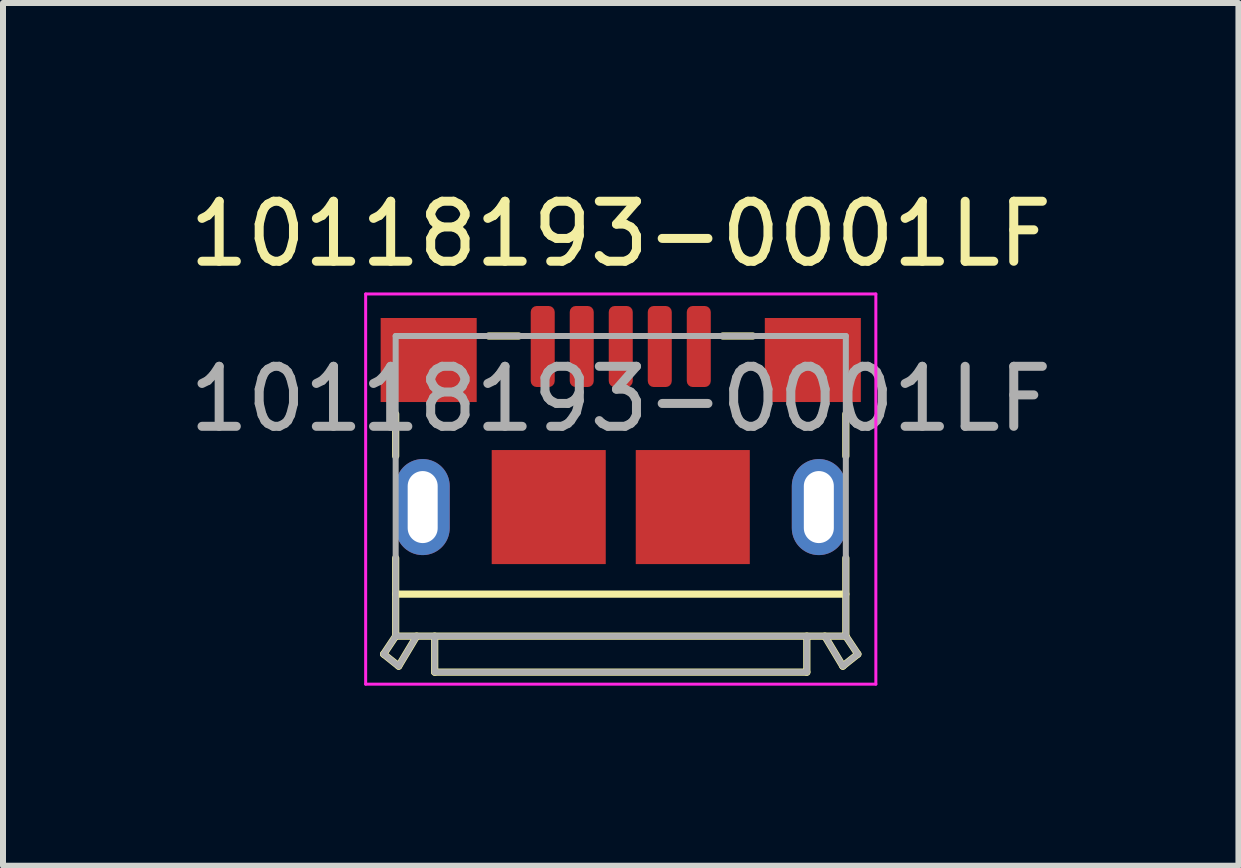
<source format=kicad_pcb>
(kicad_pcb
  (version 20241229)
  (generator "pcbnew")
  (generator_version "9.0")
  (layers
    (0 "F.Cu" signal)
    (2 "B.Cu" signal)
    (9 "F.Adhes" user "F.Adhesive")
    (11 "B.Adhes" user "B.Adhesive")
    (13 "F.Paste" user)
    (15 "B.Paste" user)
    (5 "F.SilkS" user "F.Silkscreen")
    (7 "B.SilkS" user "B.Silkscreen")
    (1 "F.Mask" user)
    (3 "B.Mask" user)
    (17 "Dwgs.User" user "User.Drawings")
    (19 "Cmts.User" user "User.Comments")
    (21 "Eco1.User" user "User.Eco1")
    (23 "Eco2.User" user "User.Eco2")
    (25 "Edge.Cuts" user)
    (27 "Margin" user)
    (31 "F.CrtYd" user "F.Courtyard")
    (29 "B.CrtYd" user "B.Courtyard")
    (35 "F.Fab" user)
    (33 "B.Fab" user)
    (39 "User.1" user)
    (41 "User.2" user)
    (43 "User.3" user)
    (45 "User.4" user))
  (footprint "10118193-0001LF"
    (layer "F.Cu")
    (at 7.292 6.848)
    (property "Reference" "10118193-0001LF" (at 0 -6 0) (unlocked yes) (layer "F.SilkS") (effects (font (size 1 1) (thickness 0.15))))
    (attr smd)
    (fp_line (start -3.95 1) (end -3.7 1.2) (stroke (width 0.12) (type solid)) (layer "F.SilkS"))
    (fp_line (start -3.75 -3) (end -3.75 -2.3) (stroke (width 0.12) (type solid)) (layer "F.SilkS"))
    (fp_line (start -3.75 -0.6) (end -3.75 0.7) (stroke (width 0.12) (type solid)) (layer "F.SilkS"))
    (fp_line (start -3.75 0) (end 3.75 0) (stroke (width 0.12) (type solid)) (layer "F.SilkS"))
    (fp_line (start -3.75 0.7) (end -3.95 1) (stroke (width 0.12) (type solid)) (layer "F.SilkS"))
    (fp_line (start -3.75 0.7) (end 3.75 0.7) (stroke (width 0.12) (type solid)) (layer "F.SilkS"))
    (fp_line (start -3.7 1.2) (end -3.4 0.7) (stroke (width 0.12) (type solid)) (layer "F.SilkS"))
    (fp_line (start -3.1 0.7) (end -3.1 1.3) (stroke (width 0.12) (type solid)) (layer "F.SilkS"))
    (fp_line (start -3.1 1.3) (end 3.1 1.3) (stroke (width 0.12) (type solid)) (layer "F.SilkS"))
    (fp_line (start -2.2 -4.3) (end -1.7 -4.3) (stroke (width 0.12) (type solid)) (layer "F.SilkS"))
    (fp_line (start 1.7 -4.3) (end 2.2 -4.3) (stroke (width 0.12) (type solid)) (layer "F.SilkS"))
    (fp_line (start 3.1 1.3) (end 3.1 0.7) (stroke (width 0.12) (type solid)) (layer "F.SilkS"))
    (fp_line (start 3.7 1.2) (end 3.4 0.7) (stroke (width 0.12) (type solid)) (layer "F.SilkS"))
    (fp_line (start 3.75 -3) (end 3.75 -2.3) (stroke (width 0.12) (type solid)) (layer "F.SilkS"))
    (fp_line (start 3.75 -0.6) (end 3.75 0.7) (stroke (width 0.12) (type solid)) (layer "F.SilkS"))
    (fp_line (start 3.75 0.7) (end 3.95 1) (stroke (width 0.12) (type solid)) (layer "F.SilkS"))
    (fp_line (start 3.95 1) (end 3.7 1.2) (stroke (width 0.12) (type solid)) (layer "F.SilkS"))
    (fp_line (start -4.25 -5) (end 4.25 -5) (stroke (width 0.05) (type solid)) (layer "F.CrtYd"))
    (fp_line (start -4.25 1.5) (end -4.25 -5) (stroke (width 0.05) (type solid)) (layer "F.CrtYd"))
    (fp_line (start 4.25 -5) (end 4.25 1.5) (stroke (width 0.05) (type solid)) (layer "F.CrtYd"))
    (fp_line (start 4.25 1.5) (end -4.25 1.5) (stroke (width 0.05) (type solid)) (layer "F.CrtYd"))
    (fp_line (start -3.95 1) (end -3.7 1.2) (stroke (width 0.1) (type solid)) (layer "F.Fab"))
    (fp_line (start -3.75 -4.3) (end 3.75 -4.3) (stroke (width 0.1) (type solid)) (layer "F.Fab"))
    (fp_line (start -3.75 0.7) (end -3.95 1) (stroke (width 0.1) (type solid)) (layer "F.Fab"))
    (fp_line (start -3.75 0.7) (end -3.75 -4.3) (stroke (width 0.1) (type solid)) (layer "F.Fab"))
    (fp_line (start -3.7 1.2) (end -3.4 0.7) (stroke (width 0.1) (type solid)) (layer "F.Fab"))
    (fp_line (start -3.1 0.7) (end -3.1 1.3) (stroke (width 0.1) (type solid)) (layer "F.Fab"))
    (fp_line (start -3.1 1.3) (end 3.1 1.3) (stroke (width 0.1) (type solid)) (layer "F.Fab"))
    (fp_line (start 3.1 1.3) (end 3.1 0.7) (stroke (width 0.1) (type solid)) (layer "F.Fab"))
    (fp_line (start 3.4 0.7) (end 3.7 1.2) (stroke (width 0.1) (type solid)) (layer "F.Fab"))
    (fp_line (start 3.7 1.2) (end 3.95 1) (stroke (width 0.1) (type solid)) (layer "F.Fab"))
    (fp_line (start 3.75 -4.3) (end 3.75 0.7) (stroke (width 0.1) (type solid)) (layer "F.Fab"))
    (fp_line (start 3.75 0.7) (end -3.75 0.7) (stroke (width 0.1) (type solid)) (layer "F.Fab"))
    (fp_line (start 3.95 1) (end 3.75 0.7) (stroke (width 0.1) (type solid)) (layer "F.Fab"))
    (fp_text user "${REFERENCE}" (at 0 -3.25 0) (unlocked yes) (layer "F.Fab") (effects (font (size 1 1) (thickness 0.15))))
    (pad "1" smd roundrect (at -1.3 -4.125) (size 0.4 1.35) (layers "F.Cu" "F.Mask" "F.Paste") (roundrect_rratio 0.25))
    (pad "2" smd roundrect (at -0.65 -4.125) (size 0.4 1.35) (layers "F.Cu" "F.Mask" "F.Paste") (roundrect_rratio 0.25))
    (pad "3" smd roundrect (at 0 -4.125) (size 0.4 1.35) (layers "F.Cu" "F.Mask" "F.Paste") (roundrect_rratio 0.25))
    (pad "4" smd roundrect (at 0.65 -4.125) (size 0.4 1.35) (layers "F.Cu" "F.Mask" "F.Paste") (roundrect_rratio 0.25))
    (pad "5" smd roundrect (at 1.3 -4.125) (size 0.4 1.35) (layers "F.Cu" "F.Mask" "F.Paste") (roundrect_rratio 0.25))
    (pad "6" thru_hole oval (at -3.3 -1.45) (size 0.9 1.6) (drill oval 0.5 1.2) (layers "*.Cu" "*.Mask"))
    (pad "6" smd rect (at -3.2 -3.9) (size 1.6 1.4) (layers "F.Cu" "F.Mask" "F.Paste"))
    (pad "6" smd rect (at -1.2 -1.45) (size 1.9 1.9) (layers "F.Cu" "F.Mask" "F.Paste"))
    (pad "6" smd rect (at 1.2 -1.45) (size 1.9 1.9) (layers "F.Cu" "F.Mask" "F.Paste"))
    (pad "6" smd rect (at 3.2 -3.9) (size 1.6 1.4) (layers "F.Cu" "F.Mask" "F.Paste"))
    (pad "6" thru_hole oval (at 3.3 -1.45) (size 0.9 1.6) (drill oval 0.5 1.2) (layers "*.Cu" "*.Mask")))
  (gr_rect
    (start -3 -3)
    (end 17.583 11.373)
    (stroke (width 0.1) (type default))
    (fill no)
    (layer "Edge.Cuts")))
</source>
